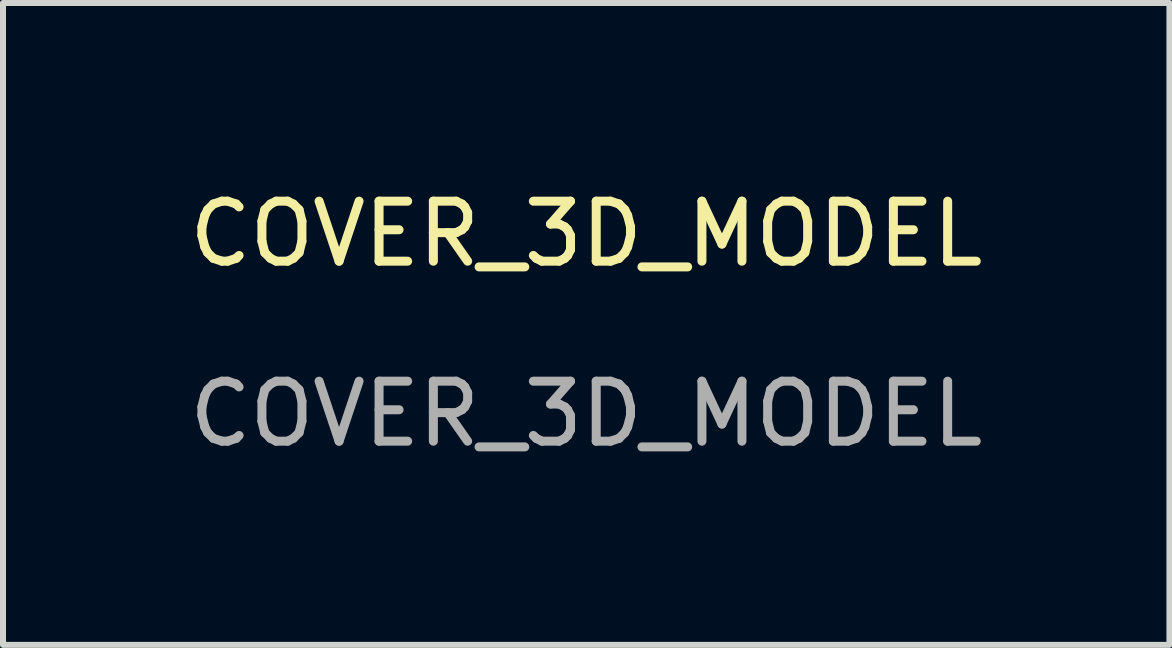
<source format=kicad_pcb>
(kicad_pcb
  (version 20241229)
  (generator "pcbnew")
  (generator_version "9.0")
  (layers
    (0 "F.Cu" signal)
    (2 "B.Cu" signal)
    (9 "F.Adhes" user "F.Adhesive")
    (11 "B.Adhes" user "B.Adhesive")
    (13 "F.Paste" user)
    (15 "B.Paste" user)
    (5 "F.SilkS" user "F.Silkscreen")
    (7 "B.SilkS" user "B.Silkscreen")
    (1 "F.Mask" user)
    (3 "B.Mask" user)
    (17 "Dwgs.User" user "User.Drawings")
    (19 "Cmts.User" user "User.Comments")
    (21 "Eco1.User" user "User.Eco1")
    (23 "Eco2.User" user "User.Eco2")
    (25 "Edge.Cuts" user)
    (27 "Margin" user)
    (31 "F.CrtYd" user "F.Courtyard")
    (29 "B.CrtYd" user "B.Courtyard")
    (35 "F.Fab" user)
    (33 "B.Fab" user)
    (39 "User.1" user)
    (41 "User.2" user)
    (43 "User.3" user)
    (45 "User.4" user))
  (footprint "COVER_3D_MODEL"
    (layer "F.Cu")
    (at 6.72 1.348)
    (property "Reference" "COVER_3D_MODEL" (at 0 -0.5 0) (unlocked yes) (layer "F.SilkS") (effects (font (size 1 1) (thickness 0.15))))
    (fp_text user "${REFERENCE}" (at 0 2.5 0) (unlocked yes) (layer "F.Fab") (effects (font (size 1 1) (thickness 0.15)))))
  (gr_rect
    (start -3 -3)
    (end 16.44 7.697)
    (stroke (width 0.1) (type default))
    (fill no)
    (layer "Edge.Cuts")))
</source>
